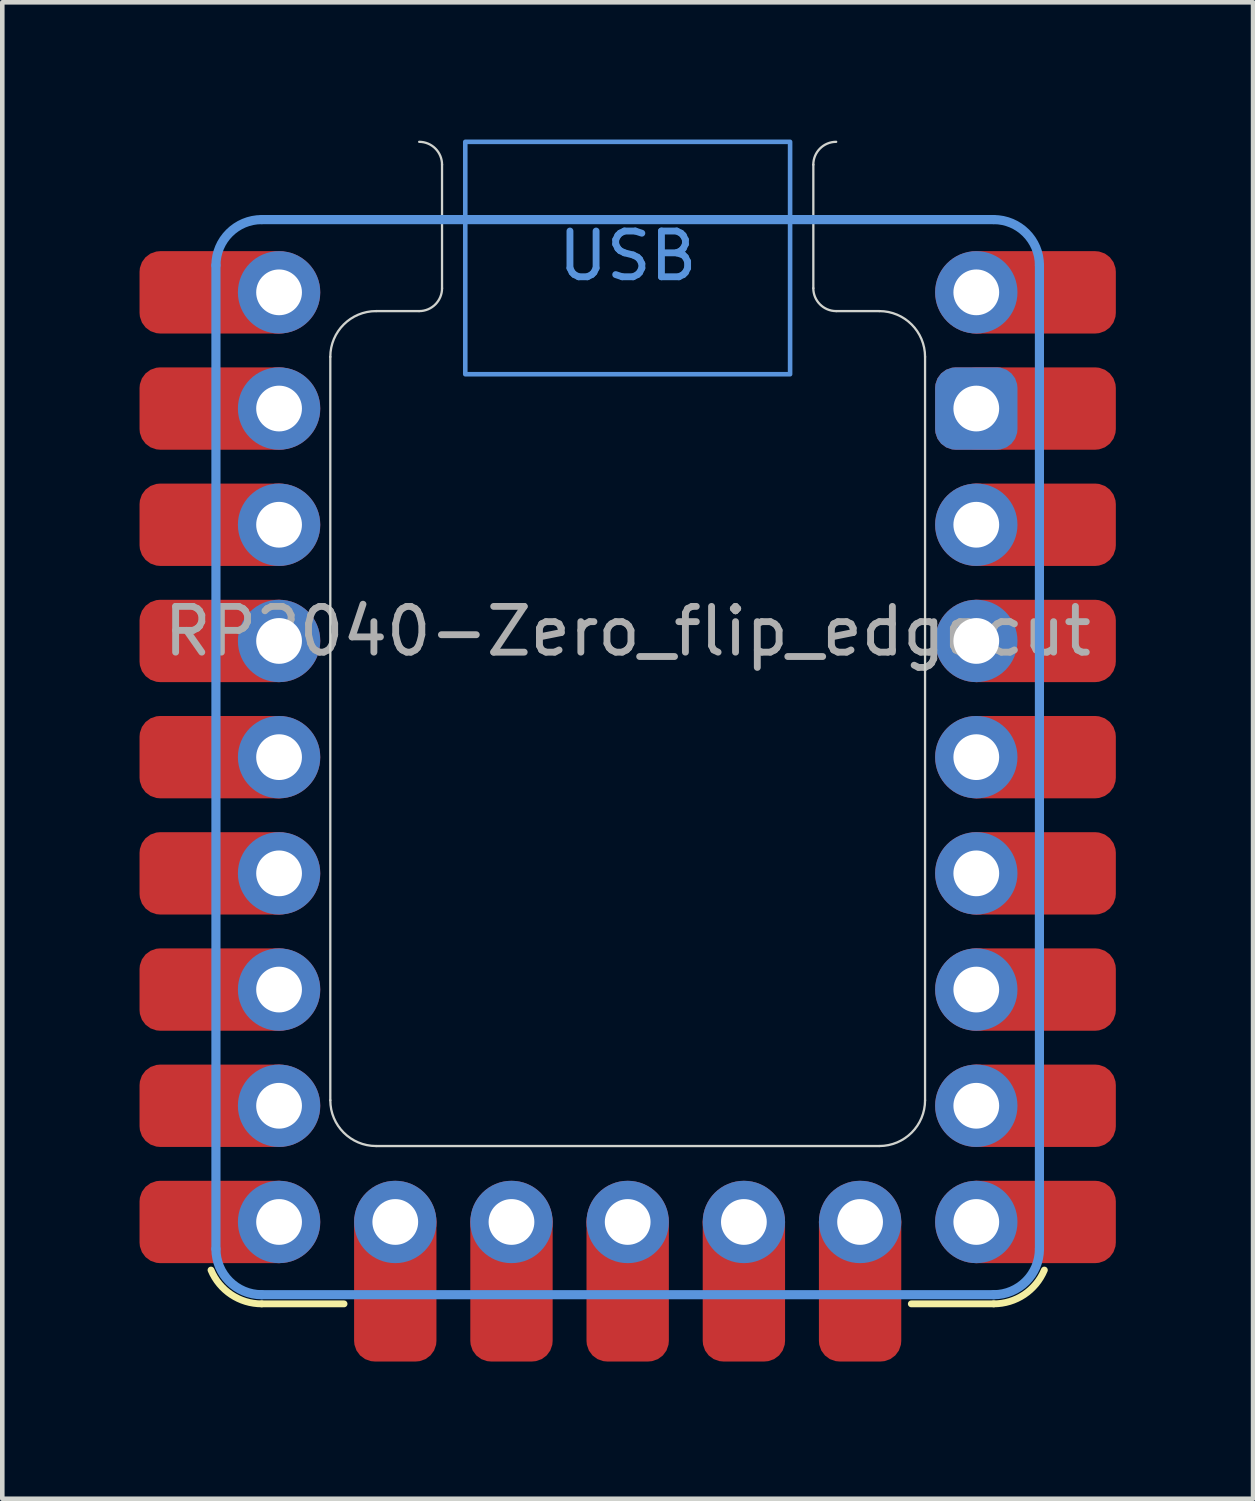
<source format=kicad_pcb>
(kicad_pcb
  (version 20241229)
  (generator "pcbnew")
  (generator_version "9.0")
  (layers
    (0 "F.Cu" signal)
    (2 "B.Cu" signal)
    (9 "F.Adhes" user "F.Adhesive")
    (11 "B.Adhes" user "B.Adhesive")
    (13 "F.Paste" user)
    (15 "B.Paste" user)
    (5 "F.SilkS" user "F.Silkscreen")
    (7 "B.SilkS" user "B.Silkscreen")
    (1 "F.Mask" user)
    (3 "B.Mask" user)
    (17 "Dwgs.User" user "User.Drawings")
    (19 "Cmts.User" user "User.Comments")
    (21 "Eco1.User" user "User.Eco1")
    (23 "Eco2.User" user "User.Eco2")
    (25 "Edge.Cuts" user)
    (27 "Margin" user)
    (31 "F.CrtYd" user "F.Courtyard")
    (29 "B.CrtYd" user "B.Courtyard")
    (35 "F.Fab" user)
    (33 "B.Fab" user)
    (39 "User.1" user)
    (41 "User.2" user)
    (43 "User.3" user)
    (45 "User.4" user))
  (footprint "RP2040-Zero_flip_edgecut"
    (layer "F.Cu")
    (at 10.67 13.5)
    (property "Reference" "RP2040-Zero_flip_edgecut" (at 0 -2.75 0) (unlocked yes) (layer "F.Fab") (effects (font (size 1 1) (thickness 0.15))))
    (attr through_hole)
    (fp_line (start -8 11.95) (end -6.2 11.95) (stroke (width 0.15) (type default)) (layer "F.SilkS"))
    (fp_line (start 8 11.95) (end 6.2 11.95) (stroke (width 0.15) (type default)) (layer "F.SilkS"))
    (fp_arc (start -8.000001 11.950001) (mid -8.665641 11.748461) (end -9.107693 11.211539) (stroke (width 0.15) (type default)) (layer "F.SilkS"))
    (fp_arc (start 9.107693 11.211539) (mid 8.665641 11.748461) (end 8.000001 11.950001) (stroke (width 0.15) (type default)) (layer "F.SilkS"))
    (fp_line (start -9 -10.75) (end -9 10.75) (stroke (width 0.2) (type default)) (layer "Cmts.User"))
    (fp_line (start -8 11.75) (end 8 11.75) (stroke (width 0.2) (type default)) (layer "Cmts.User"))
    (fp_line (start 8 -11.75) (end -8 -11.75) (stroke (width 0.2) (type default)) (layer "Cmts.User"))
    (fp_line (start 9 10.75) (end 9 -10.75) (stroke (width 0.2) (type default)) (layer "Cmts.User"))
    (fp_rect (start -3.55 -13.45) (end 3.55 -8.37) (stroke (width 0.1) (type default)) (fill no) (layer "Cmts.User"))
    (fp_arc (start -9 -10.75) (mid -8.707107 -11.457107) (end -8 -11.75) (stroke (width 0.2) (type default)) (layer "Cmts.User"))
    (fp_arc (start -8 11.75) (mid -8.707107 11.457107) (end -9 10.75) (stroke (width 0.2) (type default)) (layer "Cmts.User"))
    (fp_arc (start 8 -11.75) (mid 8.707107 -11.457107) (end 9 -10.75) (stroke (width 0.2) (type default)) (layer "Cmts.User"))
    (fp_arc (start 9 10.75) (mid 8.707107 11.457107) (end 8 11.75) (stroke (width 0.2) (type default)) (layer "Cmts.User"))
    (fp_line (start -6.5 -8.75) (end -6.5 7.5) (stroke (width 0.05) (type default)) (layer "Edge.Cuts"))
    (fp_line (start -5.5 -9.75) (end -4.558 -9.75) (stroke (width 0.05) (type default)) (layer "Edge.Cuts"))
    (fp_line (start -5.5 8.5) (end 5.5 8.5) (stroke (width 0.05) (type default)) (layer "Edge.Cuts"))
    (fp_line (start -4.058 -10.25) (end -4.058 -12.95) (stroke (width 0.05) (type default)) (layer "Edge.Cuts"))
    (fp_line (start 4.058 -12.95) (end 4.058 -10.25) (stroke (width 0.05) (type default)) (layer "Edge.Cuts"))
    (fp_line (start 5.5 -9.75) (end 4.558 -9.75) (stroke (width 0.05) (type default)) (layer "Edge.Cuts"))
    (fp_line (start 6.5 7.5) (end 6.5 -8.75) (stroke (width 0.05) (type default)) (layer "Edge.Cuts"))
    (fp_arc (start -6.5 -8.75) (mid -6.207107 -9.457107) (end -5.5 -9.75) (stroke (width 0.05) (type default)) (layer "Edge.Cuts"))
    (fp_arc (start -5.5 8.5) (mid -6.207107 8.207107) (end -6.5 7.5) (stroke (width 0.05) (type default)) (layer "Edge.Cuts"))
    (fp_arc (start -4.557536 -13.450107) (mid -4.203985 -13.303658) (end -4.057536 -12.950107) (stroke (width 0.05) (type default)) (layer "Edge.Cuts"))
    (fp_arc (start -4.057536 -10.250107) (mid -4.203983 -9.896554) (end -4.557536 -9.750107) (stroke (width 0.05) (type default)) (layer "Edge.Cuts"))
    (fp_arc (start 4.057536 -12.950107) (mid 4.203981 -13.303664) (end 4.557536 -13.450107) (stroke (width 0.05) (type default)) (layer "Edge.Cuts"))
    (fp_arc (start 4.557536 -9.750107) (mid 4.203983 -9.896554) (end 4.057536 -10.250107) (stroke (width 0.05) (type default)) (layer "Edge.Cuts"))
    (fp_arc (start 5.5 -9.75) (mid 6.207107 -9.457107) (end 6.5 -8.75) (stroke (width 0.05) (type default)) (layer "Edge.Cuts"))
    (fp_arc (start 6.5 7.5) (mid 6.207107 8.207107) (end 5.5 8.5) (stroke (width 0.05) (type default)) (layer "Edge.Cuts"))
    (fp_line (start 8 -11.95) (end -8 -11.95) (stroke (width 0.15) (type default)) (layer "Margin"))
    (fp_arc (start -9.107693 -11.211539) (mid -8.665641 -11.748461) (end -8.000001 -11.950001) (stroke (width 0.15) (type default)) (layer "Margin"))
    (fp_arc (start 8.000001 -11.950001) (mid 8.665641 -11.748461) (end 9.107693 -11.211539) (stroke (width 0.15) (type default)) (layer "Margin"))
    (fp_text user "USB" (at 0 -10.37 0) (layer "Cmts.User") (effects (font (size 1 1) (thickness 0.15)) (justify bottom)))
    (pad "1" thru_hole circle (at 7.62 -10.16) (size 1.8 1.8) (drill 1) (layers "*.Cu" "*.Mask"))
    (pad "1" smd roundrect (at 8.92 -10.16) (size 3.5 1.8) (layers "F.Cu" "F.Mask") (roundrect_rratio 0.25))
    (pad "2" thru_hole roundrect (at 7.62 -7.62) (size 1.8 1.8) (drill 1) (layers "*.Cu" "*.Mask") (roundrect_rratio 0.25))
    (pad "2" smd roundrect (at 8.92 -7.62) (size 3.5 1.8) (layers "F.Cu" "F.Mask") (roundrect_rratio 0.25))
    (pad "3" thru_hole circle (at 7.62 -5.08) (size 1.8 1.8) (drill 1) (layers "*.Cu" "*.Mask"))
    (pad "3" smd roundrect (at 8.92 -5.08) (size 3.5 1.8) (layers "F.Cu" "F.Mask") (roundrect_rratio 0.25))
    (pad "4" thru_hole circle (at 7.62 -2.54) (size 1.8 1.8) (drill 1) (layers "*.Cu" "*.Mask"))
    (pad "4" smd roundrect (at 8.92 -2.54) (size 3.5 1.8) (layers "F.Cu" "F.Mask") (roundrect_rratio 0.25))
    (pad "5" thru_hole circle (at 7.62 0) (size 1.8 1.8) (drill 1) (layers "*.Cu" "*.Mask"))
    (pad "5" smd roundrect (at 8.92 0) (size 3.5 1.8) (layers "F.Cu" "F.Mask") (roundrect_rratio 0.25))
    (pad "6" thru_hole circle (at 7.62 2.54) (size 1.8 1.8) (drill 1) (layers "*.Cu" "*.Mask"))
    (pad "6" smd roundrect (at 8.92 2.54) (size 3.5 1.8) (layers "F.Cu" "F.Mask") (roundrect_rratio 0.25))
    (pad "7" thru_hole circle (at 7.62 5.08) (size 1.8 1.8) (drill 1) (layers "*.Cu" "*.Mask"))
    (pad "7" smd roundrect (at 8.92 5.08) (size 3.5 1.8) (layers "F.Cu" "F.Mask") (roundrect_rratio 0.25))
    (pad "8" thru_hole circle (at 7.62 7.62) (size 1.8 1.8) (drill 1) (layers "*.Cu" "*.Mask"))
    (pad "8" smd roundrect (at 8.92 7.62) (size 3.5 1.8) (layers "F.Cu" "F.Mask") (roundrect_rratio 0.25))
    (pad "9" thru_hole circle (at 7.62 10.16) (size 1.8 1.8) (drill 1) (layers "*.Cu" "*.Mask"))
    (pad "9" smd roundrect (at 8.92 10.16) (size 3.5 1.8) (layers "F.Cu" "F.Mask") (roundrect_rratio 0.25))
    (pad "10" smd roundrect (at -8.92 -10.16 180) (size 3.5 1.8) (layers "F.Cu" "F.Mask") (roundrect_rratio 0.25))
    (pad "10" thru_hole circle (at -7.62 -10.16 180) (size 1.8 1.8) (drill 1) (layers "*.Cu" "*.Mask"))
    (pad "11" smd roundrect (at -8.92 -7.62 180) (size 3.5 1.8) (layers "F.Cu" "F.Mask") (roundrect_rratio 0.25))
    (pad "11" thru_hole circle (at -7.62 -7.62 180) (size 1.8 1.8) (drill 1) (layers "*.Cu" "*.Mask"))
    (pad "12" smd roundrect (at -8.92 -5.08 180) (size 3.5 1.8) (layers "F.Cu" "F.Mask") (roundrect_rratio 0.25))
    (pad "12" thru_hole circle (at -7.62 -5.08 180) (size 1.8 1.8) (drill 1) (layers "*.Cu" "*.Mask"))
    (pad "13" smd roundrect (at -8.92 -2.54) (size 3.5 1.8) (layers "F.Cu" "F.Mask") (roundrect_rratio 0.25))
    (pad "13" thru_hole circle (at -7.62 -2.54) (size 1.8 1.8) (drill 1) (layers "*.Cu" "*.Mask"))
    (pad "14" smd roundrect (at -8.92 0) (size 3.5 1.8) (layers "F.Cu" "F.Mask") (roundrect_rratio 0.25))
    (pad "14" thru_hole circle (at -7.62 0) (size 1.8 1.8) (drill 1) (layers "*.Cu" "*.Mask"))
    (pad "15" smd roundrect (at -8.92 2.54) (size 3.5 1.8) (layers "F.Cu" "F.Mask") (roundrect_rratio 0.25))
    (pad "15" thru_hole circle (at -7.62 2.54) (size 1.8 1.8) (drill 1) (layers "*.Cu" "*.Mask"))
    (pad "16" smd roundrect (at -8.92 5.08) (size 3.5 1.8) (layers "F.Cu" "F.Mask") (roundrect_rratio 0.25))
    (pad "16" thru_hole circle (at -7.62 5.08) (size 1.8 1.8) (drill 1) (layers "*.Cu" "*.Mask"))
    (pad "17" smd roundrect (at -8.92 7.62) (size 3.5 1.8) (layers "F.Cu" "F.Mask") (roundrect_rratio 0.25))
    (pad "17" thru_hole circle (at -7.62 7.62) (size 1.8 1.8) (drill 1) (layers "*.Cu" "*.Mask"))
    (pad "18" smd roundrect (at -8.92 10.16) (size 3.5 1.8) (layers "F.Cu" "F.Mask") (roundrect_rratio 0.25))
    (pad "18" thru_hole circle (at -7.62 10.16) (size 1.8 1.8) (drill 1) (layers "*.Cu" "*.Mask"))
    (pad "19" thru_hole circle (at 5.08 10.16 90) (size 1.8 1.8) (drill 1) (layers "*.Cu" "*.Mask"))
    (pad "19" smd roundrect (at 5.08 11.46 90) (size 3.5 1.8) (layers "F.Cu" "F.Mask") (roundrect_rratio 0.25))
    (pad "20" thru_hole circle (at 2.54 10.16 90) (size 1.8 1.8) (drill 1) (layers "*.Cu" "*.Mask"))
    (pad "20" smd roundrect (at 2.54 11.46 90) (size 3.5 1.8) (layers "F.Cu" "F.Mask") (roundrect_rratio 0.25))
    (pad "21" thru_hole circle (at 0 10.16 90) (size 1.8 1.8) (drill 1) (layers "*.Cu" "*.Mask"))
    (pad "21" smd roundrect (at 0 11.46 90) (size 3.5 1.8) (layers "F.Cu" "F.Mask") (roundrect_rratio 0.25))
    (pad "22" thru_hole circle (at -2.54 10.16 90) (size 1.8 1.8) (drill 1) (layers "*.Cu" "*.Mask"))
    (pad "22" smd roundrect (at -2.54 11.46 90) (size 3.5 1.8) (layers "F.Cu" "F.Mask") (roundrect_rratio 0.25))
    (pad "23" thru_hole circle (at -5.08 10.16 90) (size 1.8 1.8) (drill 1) (layers "*.Cu" "*.Mask"))
    (pad "23" smd roundrect (at -5.08 11.46 90) (size 3.5 1.8) (layers "F.Cu" "F.Mask") (roundrect_rratio 0.25)))
  (gr_rect
    (start -3 -3)
    (end 24.34 29.71)
    (stroke (width 0.1) (type default))
    (fill no)
    (layer "Edge.Cuts")))
</source>
